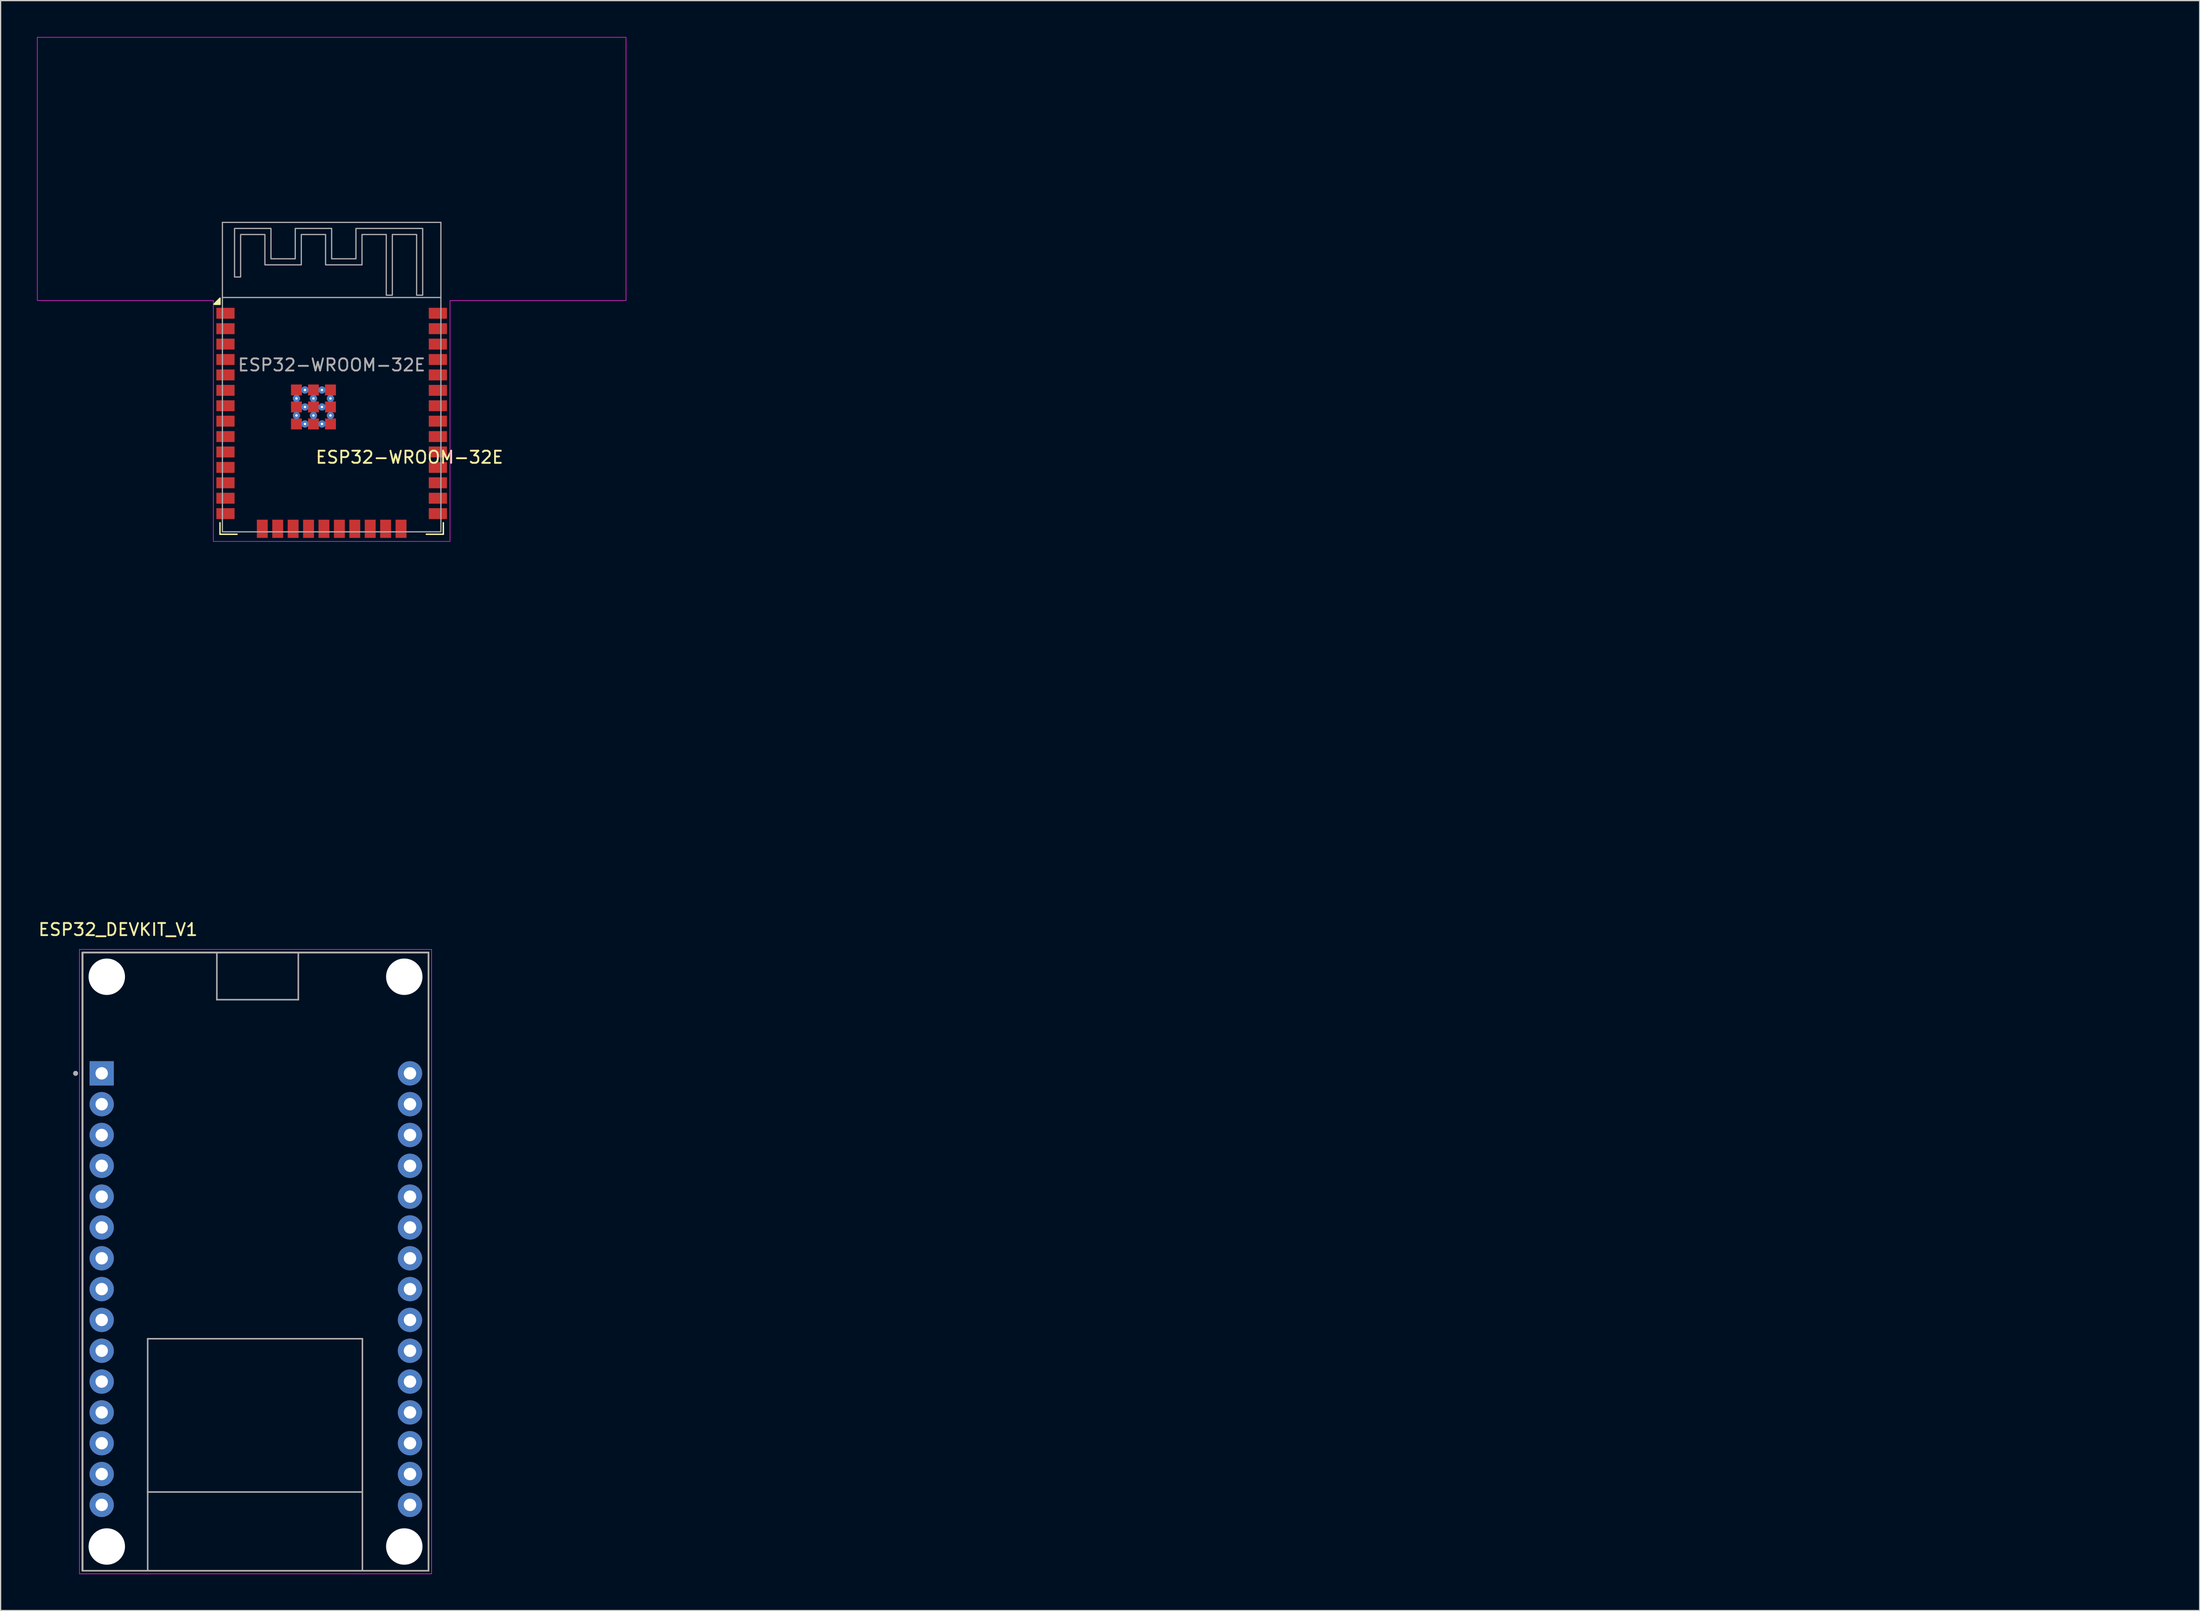
<source format=kicad_pcb>
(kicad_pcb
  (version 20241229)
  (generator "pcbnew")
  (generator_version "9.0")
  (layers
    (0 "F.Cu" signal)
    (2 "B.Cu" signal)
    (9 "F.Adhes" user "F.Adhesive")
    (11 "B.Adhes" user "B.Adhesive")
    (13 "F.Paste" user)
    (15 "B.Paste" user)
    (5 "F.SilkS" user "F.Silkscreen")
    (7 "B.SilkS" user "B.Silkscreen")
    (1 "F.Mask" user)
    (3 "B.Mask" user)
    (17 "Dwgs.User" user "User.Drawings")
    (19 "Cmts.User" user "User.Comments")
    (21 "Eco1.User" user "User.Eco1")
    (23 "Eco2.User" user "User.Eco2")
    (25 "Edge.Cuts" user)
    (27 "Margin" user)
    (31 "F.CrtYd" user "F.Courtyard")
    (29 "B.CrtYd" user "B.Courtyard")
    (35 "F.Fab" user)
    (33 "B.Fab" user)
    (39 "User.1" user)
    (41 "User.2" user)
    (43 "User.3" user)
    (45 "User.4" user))
  (footprint "ESP32_DEVKIT_V1"
    (layer "F.Cu")
    (at 18.028 100.913)
    (property "Reference" "ESP32_DEVKIT_V1" (at -11.355 -27.36 0) (layer "F.SilkS") (effects (font (size 1 1) (thickness 0.15))))
    (attr through_hole)
    (fp_line (start -14.28 -25.475) (end -3.211 -25.475) (stroke (width 0.127) (type solid)) (layer "F.SilkS"))
    (fp_line (start -14.28 -25.475) (end 14.23 -25.475) (stroke (width 0.127) (type solid)) (layer "F.SilkS"))
    (fp_line (start -14.28 25.475) (end -14.28 -25.475) (stroke (width 0.127) (type solid)) (layer "F.SilkS"))
    (fp_line (start -14.28 25.475) (end -14.28 -25.475) (stroke (width 0.127) (type solid)) (layer "F.SilkS"))
    (fp_line (start -14.28 25.475) (end -8.91 25.475) (stroke (width 0.127) (type solid)) (layer "F.SilkS"))
    (fp_line (start -8.91 25.475) (end 8.78 25.475) (stroke (width 0.127) (type solid)) (layer "F.SilkS"))
    (fp_line (start -3.211 -25.475) (end 3.5 -25.475) (stroke (width 0.127) (type solid)) (layer "F.SilkS"))
    (fp_line (start 3.5 -25.475) (end 14.23 -25.475) (stroke (width 0.127) (type solid)) (layer "F.SilkS"))
    (fp_line (start 8.78 25.475) (end 14.23 25.475) (stroke (width 0.127) (type solid)) (layer "F.SilkS"))
    (fp_line (start 14.23 -25.475) (end 14.23 25.475) (stroke (width 0.127) (type solid)) (layer "F.SilkS"))
    (fp_line (start 14.23 -25.475) (end 14.23 25.475) (stroke (width 0.127) (type solid)) (layer "F.SilkS"))
    (fp_line (start 14.23 25.475) (end -14.28 25.475) (stroke (width 0.127) (type solid)) (layer "F.SilkS"))
    (fp_circle (center -14.85 -15.515) (end -14.75 -15.515) (stroke (width 0.2) (type solid)) (fill no) (layer "F.SilkS"))
    (fp_line (start -14.53 -25.725) (end -14.53 25.725) (stroke (width 0.05) (type solid)) (layer "F.CrtYd"))
    (fp_line (start -14.53 25.725) (end 14.48 25.725) (stroke (width 0.05) (type solid)) (layer "F.CrtYd"))
    (fp_line (start 14.48 -25.725) (end -14.53 -25.725) (stroke (width 0.05) (type solid)) (layer "F.CrtYd"))
    (fp_line (start 14.48 25.725) (end 14.48 -25.725) (stroke (width 0.05) (type solid)) (layer "F.CrtYd"))
    (fp_line (start -14.28 -25.475) (end -3.211 -25.475) (stroke (width 0.127) (type solid)) (layer "F.Fab"))
    (fp_line (start -14.28 25.475) (end -14.28 -25.475) (stroke (width 0.127) (type solid)) (layer "F.Fab"))
    (fp_line (start -14.28 25.475) (end -8.91 25.475) (stroke (width 0.127) (type solid)) (layer "F.Fab"))
    (fp_line (start -8.91 6.355) (end 8.78 6.355) (stroke (width 0.127) (type solid)) (layer "F.Fab"))
    (fp_line (start -8.91 18.985) (end -8.91 6.355) (stroke (width 0.127) (type solid)) (layer "F.Fab"))
    (fp_line (start -8.91 18.985) (end 8.78 18.985) (stroke (width 0.127) (type solid)) (layer "F.Fab"))
    (fp_line (start -8.91 25.475) (end -8.91 18.985) (stroke (width 0.127) (type solid)) (layer "F.Fab"))
    (fp_line (start -8.91 25.475) (end 8.78 25.475) (stroke (width 0.127) (type solid)) (layer "F.Fab"))
    (fp_line (start -3.211 -25.475) (end 3.5 -25.475) (stroke (width 0.127) (type solid)) (layer "F.Fab"))
    (fp_line (start -3.211 -21.585) (end -3.211 -25.475) (stroke (width 0.127) (type solid)) (layer "F.Fab"))
    (fp_line (start 3.5 -25.475) (end 3.5 -21.585) (stroke (width 0.127) (type solid)) (layer "F.Fab"))
    (fp_line (start 3.5 -25.475) (end 14.23 -25.475) (stroke (width 0.127) (type solid)) (layer "F.Fab"))
    (fp_line (start 3.5 -21.585) (end -3.211 -21.585) (stroke (width 0.127) (type solid)) (layer "F.Fab"))
    (fp_line (start 8.78 6.355) (end 8.78 18.985) (stroke (width 0.127) (type solid)) (layer "F.Fab"))
    (fp_line (start 8.78 18.985) (end 8.78 25.475) (stroke (width 0.127) (type solid)) (layer "F.Fab"))
    (fp_line (start 8.78 25.475) (end 14.23 25.475) (stroke (width 0.127) (type solid)) (layer "F.Fab"))
    (fp_line (start 14.23 -25.475) (end 14.23 25.475) (stroke (width 0.127) (type solid)) (layer "F.Fab"))
    (fp_circle (center -14.85 -15.515) (end -14.75 -15.515) (stroke (width 0.2) (type solid)) (fill no) (layer "F.Fab"))
    (pad "" np_thru_hole circle (at -12.28 -23.475) (size 3 3) (drill 3) (layers "*.Cu" "*.Mask"))
    (pad "" np_thru_hole circle (at -12.28 23.475) (size 3 3) (drill 3) (layers "*.Cu" "*.Mask"))
    (pad "" np_thru_hole circle (at 12.23 -23.475) (size 3 3) (drill 3) (layers "*.Cu" "*.Mask"))
    (pad "" np_thru_hole circle (at 12.23 23.475) (size 3 3) (drill 3) (layers "*.Cu" "*.Mask"))
    (pad "1" thru_hole rect (at -12.7 -15.515) (size 2 2) (drill 1.02) (layers "*.Cu" "*.Mask"))
    (pad "2" thru_hole circle (at -12.7 -12.975) (size 2 2) (drill 1.02) (layers "*.Cu" "*.Mask"))
    (pad "3" thru_hole circle (at -12.7 -10.435) (size 2 2) (drill 1.02) (layers "*.Cu" "*.Mask"))
    (pad "4" thru_hole circle (at -12.7 -7.895) (size 2 2) (drill 1.02) (layers "*.Cu" "*.Mask"))
    (pad "5" thru_hole circle (at -12.7 -5.355) (size 2 2) (drill 1.02) (layers "*.Cu" "*.Mask"))
    (pad "6" thru_hole circle (at -12.7 -2.815) (size 2 2) (drill 1.02) (layers "*.Cu" "*.Mask"))
    (pad "7" thru_hole circle (at -12.7 -0.275) (size 2 2) (drill 1.02) (layers "*.Cu" "*.Mask"))
    (pad "8" thru_hole circle (at -12.7 2.265) (size 2 2) (drill 1.02) (layers "*.Cu" "*.Mask"))
    (pad "9" thru_hole circle (at -12.7 4.805) (size 2 2) (drill 1.02) (layers "*.Cu" "*.Mask"))
    (pad "10" thru_hole circle (at -12.7 7.345) (size 2 2) (drill 1.02) (layers "*.Cu" "*.Mask"))
    (pad "11" thru_hole circle (at -12.7 9.885) (size 2 2) (drill 1.02) (layers "*.Cu" "*.Mask"))
    (pad "12" thru_hole circle (at -12.7 12.425) (size 2 2) (drill 1.02) (layers "*.Cu" "*.Mask"))
    (pad "13" thru_hole circle (at -12.7 14.965) (size 2 2) (drill 1.02) (layers "*.Cu" "*.Mask"))
    (pad "14" thru_hole circle (at -12.7 17.505) (size 2 2) (drill 1.02) (layers "*.Cu" "*.Mask"))
    (pad "15" thru_hole circle (at -12.7 20.045) (size 2 2) (drill 1.02) (layers "*.Cu" "*.Mask"))
    (pad "16" thru_hole circle (at 12.7 20.045) (size 2 2) (drill 1.02) (layers "*.Cu" "*.Mask"))
    (pad "17" thru_hole circle (at 12.7 17.505) (size 2 2) (drill 1.02) (layers "*.Cu" "*.Mask"))
    (pad "18" thru_hole circle (at 12.7 14.965) (size 2 2) (drill 1.02) (layers "*.Cu" "*.Mask"))
    (pad "19" thru_hole circle (at 12.7 12.425) (size 2 2) (drill 1.02) (layers "*.Cu" "*.Mask"))
    (pad "20" thru_hole circle (at 12.7 9.885) (size 2 2) (drill 1.02) (layers "*.Cu" "*.Mask"))
    (pad "21" thru_hole circle (at 12.7 7.345) (size 2 2) (drill 1.02) (layers "*.Cu" "*.Mask"))
    (pad "22" thru_hole circle (at 12.7 4.805) (size 2 2) (drill 1.02) (layers "*.Cu" "*.Mask"))
    (pad "23" thru_hole circle (at 12.7 2.265) (size 2 2) (drill 1.02) (layers "*.Cu" "*.Mask"))
    (pad "24" thru_hole circle (at 12.7 -0.275) (size 2 2) (drill 1.02) (layers "*.Cu" "*.Mask"))
    (pad "25" thru_hole circle (at 12.7 -2.815) (size 2 2) (drill 1.02) (layers "*.Cu" "*.Mask"))
    (pad "26" thru_hole circle (at 12.7 -5.355) (size 2 2) (drill 1.02) (layers "*.Cu" "*.Mask"))
    (pad "27" thru_hole circle (at 12.7 -7.895) (size 2 2) (drill 1.02) (layers "*.Cu" "*.Mask"))
    (pad "28" thru_hole circle (at 12.7 -10.435) (size 2 2) (drill 1.02) (layers "*.Cu" "*.Mask"))
    (pad "29" thru_hole circle (at 12.7 -12.975) (size 2 2) (drill 1.02) (layers "*.Cu" "*.Mask"))
    (pad "30" thru_hole circle (at 12.7 -15.515) (size 2 2) (drill 1.02) (layers "*.Cu" "*.Mask"))
    (zone (net_name "") (layer "F.Cu") (hatch full 0.508) (connect_pads) (min_thickness 0.01) (filled_areas_thickness no) (keepout (tracks not_allowed) (vias not_allowed) (pads not_allowed) (copperpour not_allowed) (footprints allowed)) (placement (enabled no)) (fill) (polygon (pts (xy 9.118 119.898) (xy 26.808 119.898) (xy 26.808 126.388) (xy 9.118 126.388))))
    (zone (net_name "") (layers "F.Cu" "B.Cu") (hatch full 0.508) (connect_pads) (min_thickness 0.01) (filled_areas_thickness no) (keepout (tracks allowed) (vias not_allowed) (pads allowed) (copperpour allowed) (footprints allowed)) (placement (enabled no)) (fill) (polygon (pts (xy 9.118 119.898) (xy 26.808 119.898) (xy 26.808 126.388) (xy 9.118 126.388))))
    (zone (net_name "") (layer "B.Cu") (hatch full 0.508) (connect_pads) (min_thickness 0.01) (filled_areas_thickness no) (keepout (tracks not_allowed) (vias not_allowed) (pads not_allowed) (copperpour not_allowed) (footprints allowed)) (placement (enabled no)) (fill) (polygon (pts (xy 9.118 119.898) (xy 26.808 119.898) (xy 26.808 126.388) (xy 9.118 126.388)))))
  (footprint "ESP32-WROOM-32E"
    (layer "F.Cu")
    (at 24.275 28.025)
    (property "Reference" "ESP32-WROOM-32E" (at -1.4 6.61 180) (layer "F.SilkS") (effects (font (size 1 1) (thickness 0.15)) (justify left)))
    (attr smd)
    (fp_line (start -9.2 12.95) (end -9.2 12) (stroke (width 0.12) (type solid)) (layer "F.SilkS"))
    (fp_line (start -7.8 12.95) (end -9.2 12.95) (stroke (width 0.12) (type solid)) (layer "F.SilkS"))
    (fp_line (start 7.8 12.95) (end 9.2 12.95) (stroke (width 0.12) (type solid)) (layer "F.SilkS"))
    (fp_line (start 9.2 12.95) (end 9.2 12) (stroke (width 0.12) (type solid)) (layer "F.SilkS"))
    (fp_poly (pts (xy -9.2 -6) (xy -9.7 -6) (xy -9.2 -6.5) (xy -9.2 -6)) (stroke (width 0.12) (type solid)) (fill yes) (layer "F.SilkS"))
    (fp_poly (pts (xy -24.25 -28) (xy 24.25 -28) (xy 24.25 -6.31) (xy 9.75 -6.31) (xy 9.75 13.54) (xy -9.75 13.54) (xy -9.75 -6.31) (xy -24.25 -6.31)) (stroke (width 0.05) (type solid)) (fill no) (layer "F.CrtYd"))
    (fp_line (start -9 -12.75) (end 9 -12.75) (stroke (width 0.1) (type solid)) (layer "F.Fab"))
    (fp_line (start -9 -6.56) (end -9 -12.75) (stroke (width 0.1) (type solid)) (layer "F.Fab"))
    (fp_line (start 9 -12.75) (end 9 -6.56) (stroke (width 0.1) (type solid)) (layer "F.Fab"))
    (fp_rect (start -9 -6.56) (end 9 12.75) (stroke (width 0.1) (type solid)) (fill no) (layer "F.Fab"))
    (fp_poly (pts (xy -5 -9.75) (xy -3 -9.75) (xy -3 -12.25) (xy 0 -12.25) (xy 0 -9.75) (xy 2 -9.75) (xy 2 -12.25) (xy 7.5 -12.25) (xy 7.5 -6.75) (xy 7 -6.75) (xy 7 -11.75) (xy 5 -11.75) (xy 5 -6.75) (xy 4.5 -6.75) (xy 4.5 -11.75) (xy 2.5 -11.75) (xy 2.5 -9.25) (xy -0.5 -9.25) (xy -0.5 -11.75) (xy -2.5 -11.75) (xy -2.5 -9.25) (xy -5.5 -9.25) (xy -5.5 -11.75) (xy -7.5 -11.75) (xy -7.5 -8.25) (xy -8 -8.25) (xy -8 -12.25) (xy -5 -12.25)) (stroke (width 0.1) (type solid)) (fill no) (layer "F.Fab"))
    (fp_text user "${REFERENCE}" (at 0 -1 0) (layer "F.Fab") (effects (font (size 1 1) (thickness 0.15))))
    (pad "1" smd rect (at -8.75 -5.26) (size 1.5 0.9) (layers "F.Cu" "F.Mask" "F.Paste"))
    (pad "2" smd rect (at -8.75 -3.99) (size 1.5 0.9) (layers "F.Cu" "F.Mask" "F.Paste"))
    (pad "3" smd rect (at -8.75 -2.72) (size 1.5 0.9) (layers "F.Cu" "F.Mask" "F.Paste"))
    (pad "4" smd rect (at -8.75 -1.45) (size 1.5 0.9) (layers "F.Cu" "F.Mask" "F.Paste"))
    (pad "5" smd rect (at -8.75 -0.18) (size 1.5 0.9) (layers "F.Cu" "F.Mask" "F.Paste"))
    (pad "6" smd rect (at -8.75 1.09) (size 1.5 0.9) (layers "F.Cu" "F.Mask" "F.Paste"))
    (pad "7" smd rect (at -8.75 2.36) (size 1.5 0.9) (layers "F.Cu" "F.Mask" "F.Paste"))
    (pad "8" smd rect (at -8.75 3.63) (size 1.5 0.9) (layers "F.Cu" "F.Mask" "F.Paste"))
    (pad "9" smd rect (at -8.75 4.9) (size 1.5 0.9) (layers "F.Cu" "F.Mask" "F.Paste"))
    (pad "10" smd rect (at -8.75 6.17) (size 1.5 0.9) (layers "F.Cu" "F.Mask" "F.Paste"))
    (pad "11" smd rect (at -8.75 7.44) (size 1.5 0.9) (layers "F.Cu" "F.Mask" "F.Paste"))
    (pad "12" smd rect (at -8.75 8.71) (size 1.5 0.9) (layers "F.Cu" "F.Mask" "F.Paste"))
    (pad "13" smd rect (at -8.75 9.98) (size 1.5 0.9) (layers "F.Cu" "F.Mask" "F.Paste"))
    (pad "14" smd rect (at -8.75 11.25) (size 1.5 0.9) (layers "F.Cu" "F.Mask" "F.Paste"))
    (pad "15" smd rect (at -5.715 12.5 90) (size 1.5 0.9) (layers "F.Cu" "F.Mask" "F.Paste"))
    (pad "16" smd rect (at -4.445 12.5 90) (size 1.5 0.9) (layers "F.Cu" "F.Mask" "F.Paste"))
    (pad "17" smd rect (at -3.175 12.5 90) (size 1.5 0.9) (layers "F.Cu" "F.Mask" "F.Paste"))
    (pad "18" smd rect (at -1.905 12.5 90) (size 1.5 0.9) (layers "F.Cu" "F.Mask" "F.Paste"))
    (pad "19" smd rect (at -0.635 12.5 90) (size 1.5 0.9) (layers "F.Cu" "F.Mask" "F.Paste"))
    (pad "20" smd rect (at 0.635 12.5 90) (size 1.5 0.9) (layers "F.Cu" "F.Mask" "F.Paste"))
    (pad "21" smd rect (at 1.905 12.5 90) (size 1.5 0.9) (layers "F.Cu" "F.Mask" "F.Paste"))
    (pad "22" smd rect (at 3.175 12.5 90) (size 1.5 0.9) (layers "F.Cu" "F.Mask" "F.Paste"))
    (pad "23" smd rect (at 4.445 12.5 90) (size 1.5 0.9) (layers "F.Cu" "F.Mask" "F.Paste"))
    (pad "24" smd rect (at 5.715 12.5 90) (size 1.5 0.9) (layers "F.Cu" "F.Mask" "F.Paste"))
    (pad "25" smd rect (at 8.75 11.25) (size 1.5 0.9) (layers "F.Cu" "F.Mask" "F.Paste"))
    (pad "26" smd rect (at 8.75 9.98) (size 1.5 0.9) (layers "F.Cu" "F.Mask" "F.Paste"))
    (pad "27" smd rect (at 8.75 8.71) (size 1.5 0.9) (layers "F.Cu" "F.Mask" "F.Paste"))
    (pad "28" smd rect (at 8.75 7.44) (size 1.5 0.9) (layers "F.Cu" "F.Mask" "F.Paste"))
    (pad "29" smd rect (at 8.75 6.17) (size 1.5 0.9) (layers "F.Cu" "F.Mask" "F.Paste"))
    (pad "30" smd rect (at 8.75 4.9) (size 1.5 0.9) (layers "F.Cu" "F.Mask" "F.Paste"))
    (pad "31" smd rect (at 8.75 3.63) (size 1.5 0.9) (layers "F.Cu" "F.Mask" "F.Paste"))
    (pad "32" smd rect (at 8.75 2.36) (size 1.5 0.9) (layers "F.Cu" "F.Mask" "F.Paste"))
    (pad "33" smd rect (at 8.75 1.09) (size 1.5 0.9) (layers "F.Cu" "F.Mask" "F.Paste"))
    (pad "34" smd rect (at 8.75 -0.18) (size 1.5 0.9) (layers "F.Cu" "F.Mask" "F.Paste"))
    (pad "35" smd rect (at 8.75 -1.45) (size 1.5 0.9) (layers "F.Cu" "F.Mask" "F.Paste"))
    (pad "36" smd rect (at 8.75 -2.72) (size 1.5 0.9) (layers "F.Cu" "F.Mask" "F.Paste"))
    (pad "37" smd rect (at 8.75 -3.99) (size 1.5 0.9) (layers "F.Cu" "F.Mask" "F.Paste"))
    (pad "38" smd rect (at 8.75 -5.26) (size 1.5 0.9) (layers "F.Cu" "F.Mask" "F.Paste"))
    (pad "39" smd rect (at -2.9 1.06) (size 0.9 0.9) (layers "F.Cu" "F.Mask" "F.Paste"))
    (pad "39" thru_hole circle (at -2.9 1.76) (size 0.6 0.6) (drill 0.2) (layers "*.Cu" "*.Mask"))
    (pad "39" smd rect (at -2.9 2.46) (size 0.9 0.9) (layers "F.Cu" "F.Mask" "F.Paste"))
    (pad "39" thru_hole circle (at -2.9 3.16) (size 0.6 0.6) (drill 0.2) (layers "*.Cu" "*.Mask"))
    (pad "39" smd rect (at -2.9 3.86) (size 0.9 0.9) (layers "F.Cu" "F.Mask" "F.Paste"))
    (pad "39" thru_hole circle (at -2.2 1.06) (size 0.6 0.6) (drill 0.2) (layers "*.Cu" "*.Mask"))
    (pad "39" thru_hole circle (at -2.2 2.46) (size 0.6 0.6) (drill 0.2) (layers "*.Cu" "*.Mask"))
    (pad "39" thru_hole circle (at -2.2 3.86) (size 0.6 0.6) (drill 0.2) (layers "*.Cu" "*.Mask"))
    (pad "39" smd rect (at -1.5 1.06) (size 0.9 0.9) (layers "F.Cu" "F.Mask" "F.Paste"))
    (pad "39" thru_hole circle (at -1.5 1.76) (size 0.6 0.6) (drill 0.2) (layers "*.Cu" "*.Mask"))
    (pad "39" smd rect (at -1.5 2.46) (size 0.9 0.9) (layers "F.Cu" "F.Mask" "F.Paste"))
    (pad "39" thru_hole circle (at -1.5 3.16) (size 0.6 0.6) (drill 0.2) (layers "*.Cu" "*.Mask"))
    (pad "39" smd rect (at -1.5 3.86) (size 0.9 0.9) (layers "F.Cu" "F.Mask" "F.Paste"))
    (pad "39" thru_hole circle (at -0.8 1.06) (size 0.6 0.6) (drill 0.2) (layers "*.Cu" "*.Mask"))
    (pad "39" thru_hole circle (at -0.8 2.46) (size 0.6 0.6) (drill 0.2) (layers "*.Cu" "*.Mask"))
    (pad "39" thru_hole circle (at -0.8 3.86) (size 0.6 0.6) (drill 0.2) (layers "*.Cu" "*.Mask"))
    (pad "39" smd rect (at -0.1 1.06) (size 0.9 0.9) (layers "F.Cu" "F.Mask" "F.Paste"))
    (pad "39" thru_hole circle (at -0.1 1.76) (size 0.6 0.6) (drill 0.2) (layers "*.Cu" "*.Mask"))
    (pad "39" smd rect (at -0.1 2.46) (size 0.9 0.9) (layers "F.Cu" "F.Mask" "F.Paste"))
    (pad "39" thru_hole circle (at -0.1 3.16) (size 0.6 0.6) (drill 0.2) (layers "*.Cu" "*.Mask"))
    (pad "39" smd rect (at -0.1 3.86) (size 0.9 0.9) (layers "F.Cu" "F.Mask" "F.Paste"))
    (zone (net_name "") (layer "F.Cu") (hatch full 0.5) (connect_pads) (min_thickness 0.25) (filled_areas_thickness no) (keepout (tracks not_allowed) (vias not_allowed) (pads not_allowed) (copperpour not_allowed) (footprints not_allowed)) (placement (enabled no)) (fill) (polygon (pts (xy 127.175 48.515) (xy 175.175 48.515) (xy 175.175 69.705) (xy 127.175 69.705)))))
  (gr_rect
    (start -3 -3)
    (end 178.175 129.663)
    (stroke (width 0.1) (type default))
    (fill no)
    (layer "Edge.Cuts")))
</source>
